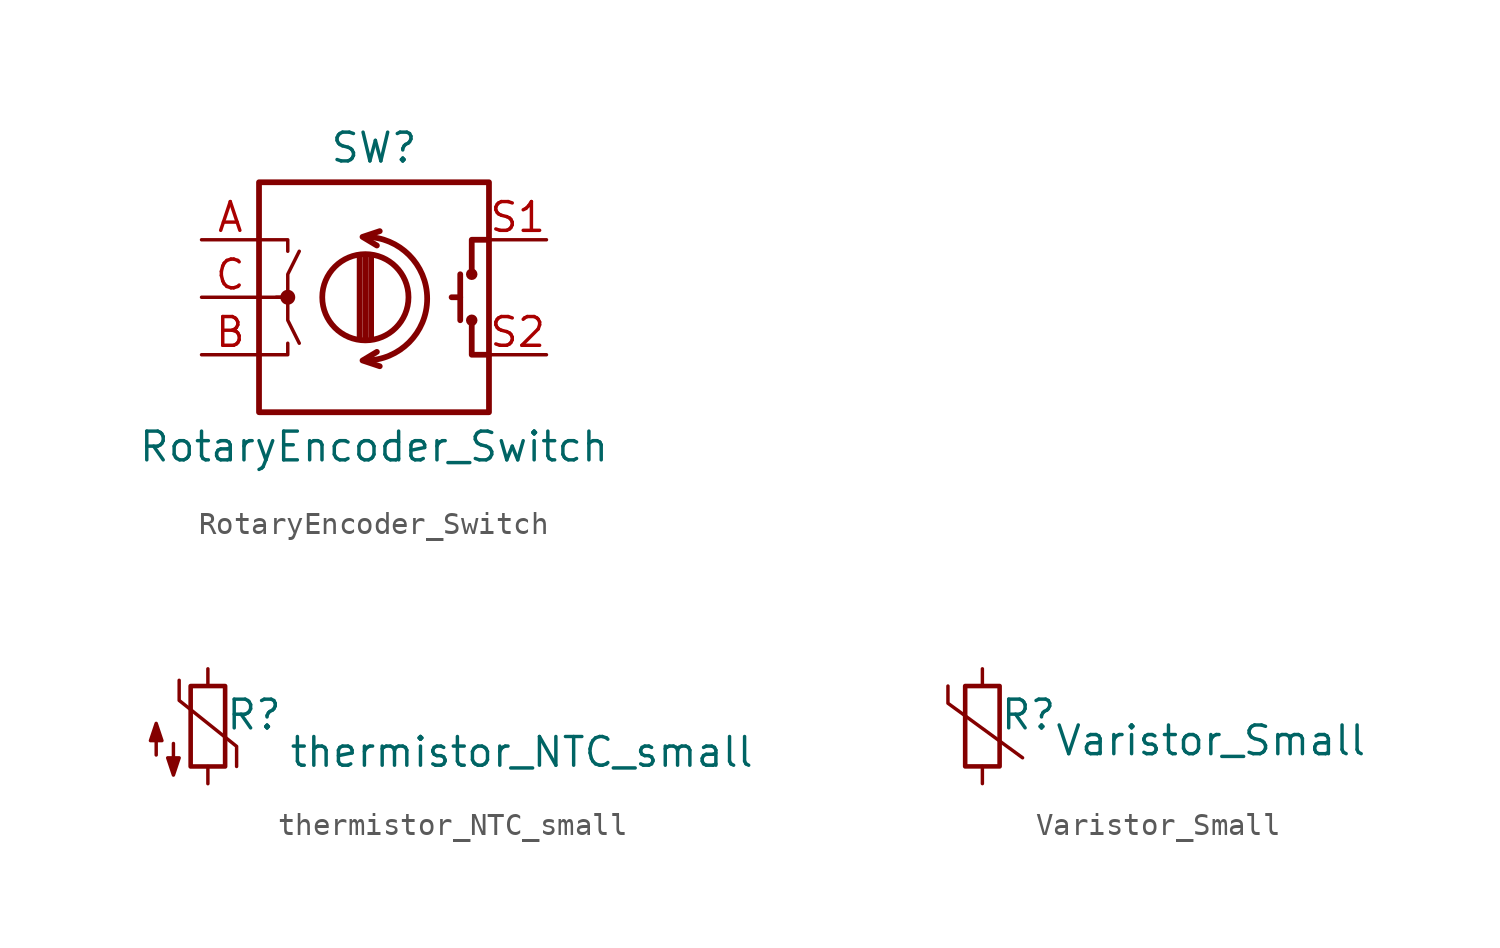
<source format=kicad_sym>
(kicad_symbol_lib
  (version 20211014)
  (generator kicad_symbol_editor)
  (symbol "RotaryEncoder_Switch"
    (pin_names
      (offset 0.254) hide)
    (property "Reference" "SW"
      (at 0 6.604 0)
      (effects (font (size 1.27 1.27))))
    (property "Value" "RotaryEncoder_Switch"
      (at 0 -6.604 0)
      (effects (font (size 1.27 1.27))))
    (symbol "RotaryEncoder_Switch_0_1"
      (rectangle (start -5.08 5.08) (end 5.08 -5.08) (stroke (width 0.254) (type default) (color 0 0 0 0)) (fill (type none)))
      (circle (center -3.81 0) (radius 0.254) (stroke (width 0) (type default) (color 0 0 0 0)) (fill (type outline)))
      (arc (start -0.381 -2.794) (mid 2.3622 -0.0508) (end -0.381 2.667) (stroke (width 0.254) (type default) (color 0 0 0 0)) (fill (type none)))
      (circle (center -0.381 0) (radius 1.905) (stroke (width 0.254) (type default) (color 0 0 0 0)) (fill (type none)))
      (polyline (pts (xy -0.635 -1.778) (xy -0.635 1.778)) (stroke (width 0.254) (type default) (color 0 0 0 0)) (fill (type none)))
      (polyline (pts (xy -0.381 -1.778) (xy -0.381 1.778)) (stroke (width 0.254) (type default) (color 0 0 0 0)) (fill (type none)))
      (polyline (pts (xy -0.127 1.778) (xy -0.127 -1.778)) (stroke (width 0.254) (type default) (color 0 0 0 0)) (fill (type none)))
      (polyline (pts (xy 3.81 0) (xy 3.429 0)) (stroke (width 0.254) (type default) (color 0 0 0 0)) (fill (type none)))
      (polyline (pts (xy 3.81 1.016) (xy 3.81 -1.016)) (stroke (width 0.254) (type default) (color 0 0 0 0)) (fill (type none)))
      (polyline (pts (xy -5.08 -2.54) (xy -3.81 -2.54) (xy -3.81 -2.032)) (stroke (width 0) (type default) (color 0 0 0 0)) (fill (type none)))
      (polyline (pts (xy -5.08 2.54) (xy -3.81 2.54) (xy -3.81 2.032)) (stroke (width 0) (type default) (color 0 0 0 0)) (fill (type none)))
      (polyline (pts (xy 0.254 -3.048) (xy -0.508 -2.794) (xy 0.127 -2.413)) (stroke (width 0.254) (type default) (color 0 0 0 0)) (fill (type none)))
      (polyline (pts (xy 0.254 2.921) (xy -0.508 2.667) (xy 0.127 2.286)) (stroke (width 0.254) (type default) (color 0 0 0 0)) (fill (type none)))
      (polyline (pts (xy 5.08 -2.54) (xy 4.318 -2.54) (xy 4.318 -1.016)) (stroke (width 0.254) (type default) (color 0 0 0 0)) (fill (type none)))
      (polyline (pts (xy 5.08 2.54) (xy 4.318 2.54) (xy 4.318 1.016)) (stroke (width 0.254) (type default) (color 0 0 0 0)) (fill (type none)))
      (polyline (pts (xy -5.08 0) (xy -3.81 0) (xy -3.81 -1.016) (xy -3.302 -2.032)) (stroke (width 0) (type default) (color 0 0 0 0)) (fill (type none)))
      (polyline (pts (xy -4.318 0) (xy -3.81 0) (xy -3.81 1.016) (xy -3.302 2.032)) (stroke (width 0) (type default) (color 0 0 0 0)) (fill (type none)))
      (circle (center 4.318 -1.016) (radius 0.127) (stroke (width 0.254) (type default) (color 0 0 0 0)) (fill (type none)))
      (circle (center 4.318 1.016) (radius 0.127) (stroke (width 0.254) (type default) (color 0 0 0 0)) (fill (type none))))
    (symbol "RotaryEncoder_Switch_1_1"
      (pin passive line (at -7.62 2.54 0) (length 2.54) (name "A" (effects (font (size 1.27 1.27)))) (number "A" (effects (font (size 1.27 1.27)))))
      (pin passive line (at -7.62 -2.54 0) (length 2.54) (name "B" (effects (font (size 1.27 1.27)))) (number "B" (effects (font (size 1.27 1.27)))))
      (pin passive line (at -7.62 0 0) (length 2.54) (name "C" (effects (font (size 1.27 1.27)))) (number "C" (effects (font (size 1.27 1.27)))))
      (pin passive line (at 7.62 2.54 180) (length 2.54) (name "S1" (effects (font (size 1.27 1.27)))) (number "S1" (effects (font (size 1.27 1.27)))))
      (pin passive line (at 7.62 -2.54 180) (length 2.54) (name "S2" (effects (font (size 1.27 1.27)))) (number "S2" (effects (font (size 1.27 1.27)))))))
  (symbol "thermistor_NTC_small"
    (pin_numbers hide)
    (pin_names
      (offset 0.254) hide)
    (property "Reference" "R"
      (at 0.762 0.508 0)
      (effects (font (size 1.27 1.27)) (justify left)))
    (property "Value" "thermistor_NTC_small"
      (at 3.556 -1.143 0)
      (effects (font (size 1.27 1.27)) (justify left)))
    (symbol "thermistor_NTC_small_0_1"
      (rectangle (start -0.762 1.778) (end 0.762 -1.778) (stroke (width 0.203) (type default) (color 0 0 0 0)) (fill (type none)))
      (polyline (pts (xy 1.27 -1.778) (xy 1.27 -0.889) (xy -1.27 1.143) (xy -1.27 2.032)) (stroke (width 0) (type default) (color 0 0 0 0)) (fill (type none)))
      (polyline (pts (xy -2.286 -1.27) (xy -2.286 0.127) (xy -2.54 -0.635) (xy -2.032 -0.635) (xy -2.286 0.127) (xy -2.286 -0.127)) (stroke (width 0) (type default) (color 0 0 0 0)) (fill (type outline)))
      (polyline (pts (xy -1.524 -0.762) (xy -1.524 -2.159) (xy -1.778 -1.397) (xy -1.27 -1.397) (xy -1.524 -2.159) (xy -1.524 -1.905)) (stroke (width 0) (type default) (color 0 0 0 0)) (fill (type outline))))
    (symbol "thermistor_NTC_small_1_1"
      (pin passive line (at 0 2.54 270) (length 0.762) (name "~" (effects (font (size 1.27 1.27)))) (number "1" (effects (font (size 1.27 1.27)))))
      (pin passive line (at 0 -2.54 90) (length 0.762) (name "~" (effects (font (size 1.27 1.27)))) (number "2" (effects (font (size 1.27 1.27)))))))
  (symbol "Varistor_Small"
    (pin_numbers hide)
    (pin_names
      (offset 0.254) hide)
    (property "Reference" "R"
      (at 0.762 0.508 0)
      (effects (font (size 1.27 1.27)) (justify left)))
    (property "Value" "Varistor_Small"
      (at 3.175 -0.635 0)
      (effects (font (size 1.27 1.27)) (justify left)))
    (symbol "Varistor_Small_0_1"
      (rectangle (start -0.762 1.778) (end 0.762 -1.778) (stroke (width 0.203) (type default) (color 0 0 0 0)) (fill (type none)))
      (polyline (pts (xy 1.778 -1.397) (xy -1.524 1.016) (xy -1.524 1.778)) (stroke (width 0) (type default) (color 0 0 0 0)) (fill (type none))))
    (symbol "Varistor_Small_1_1"
      (pin passive line (at 0 2.54 270) (length 0.762) (name "~" (effects (font (size 1.27 1.27)))) (number "1" (effects (font (size 1.27 1.27)))))
      (pin passive line (at 0 -2.54 90) (length 0.762) (name "~" (effects (font (size 1.27 1.27)))) (number "2" (effects (font (size 1.27 1.27))))))))
</source>
